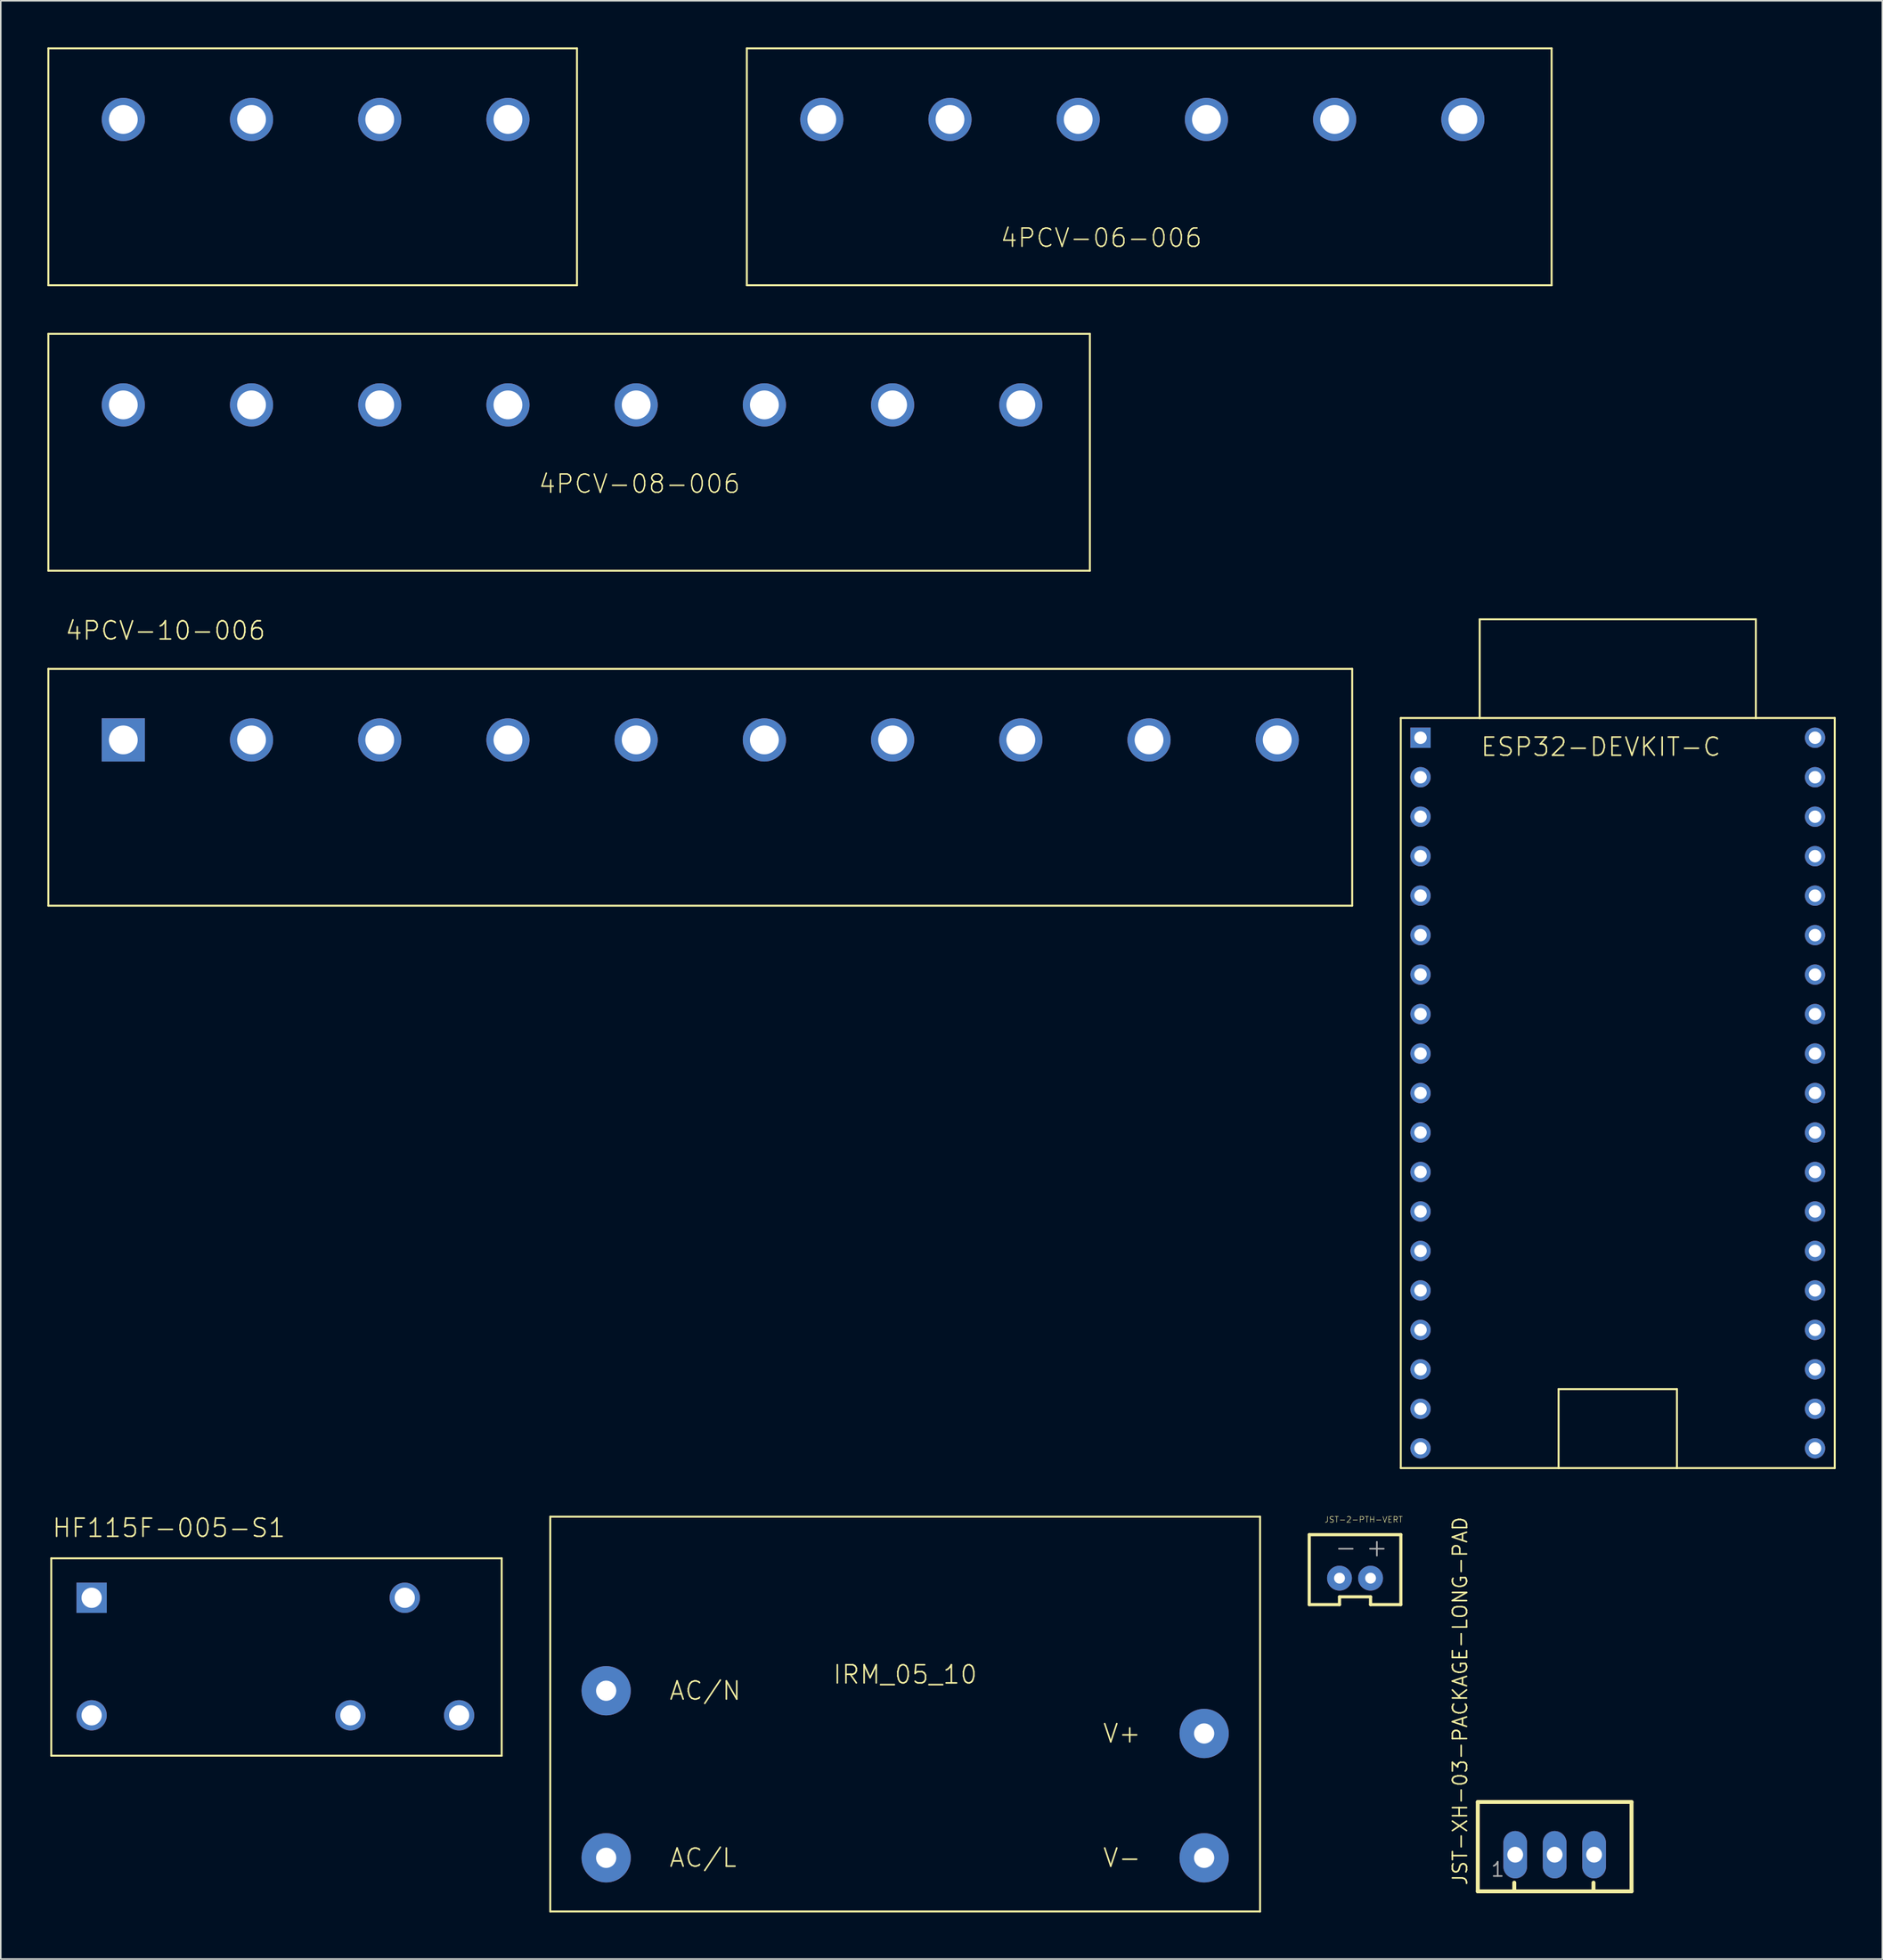
<source format=kicad_pcb>
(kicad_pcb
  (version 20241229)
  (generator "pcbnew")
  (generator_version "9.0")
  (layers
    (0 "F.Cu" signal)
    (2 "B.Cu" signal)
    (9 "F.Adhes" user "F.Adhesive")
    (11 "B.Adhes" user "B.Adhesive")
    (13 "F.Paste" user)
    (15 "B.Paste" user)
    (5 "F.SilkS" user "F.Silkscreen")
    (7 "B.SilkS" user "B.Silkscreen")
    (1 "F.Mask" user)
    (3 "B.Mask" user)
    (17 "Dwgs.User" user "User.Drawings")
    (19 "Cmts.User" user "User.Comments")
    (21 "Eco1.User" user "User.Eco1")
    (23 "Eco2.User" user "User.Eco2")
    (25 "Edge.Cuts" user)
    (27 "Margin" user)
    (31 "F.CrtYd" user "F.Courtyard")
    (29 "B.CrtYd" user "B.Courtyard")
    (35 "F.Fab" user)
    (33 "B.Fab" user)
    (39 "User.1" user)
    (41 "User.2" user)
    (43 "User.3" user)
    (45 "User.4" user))
  (footprint "4PCV-06-006"
    (layer "F.Cu")
    (at 86.689 9.716)
    (property "Reference" "4PCV-06-006" (at -25.4 2.54 0) (layer "F.SilkS") (effects (font (size 1.177 1.177) (thickness 0.093)) (justify left)))
    (fp_line (start -41.656 -9.652) (end -41.656 5.588) (stroke (width 0.127) (type solid)) (layer "F.SilkS"))
    (fp_line (start -41.656 -9.652) (end 10.16 -9.652) (stroke (width 0.127) (type solid)) (layer "F.SilkS"))
    (fp_line (start -41.656 5.588) (end 10.16 5.588) (stroke (width 0.127) (type solid)) (layer "F.SilkS"))
    (fp_line (start 10.16 -9.652) (end 10.16 5.588) (stroke (width 0.127) (type solid)) (layer "F.SilkS"))
    (pad "I1" thru_hole circle (at -36.83 -5.08) (size 2.781 2.781) (drill 1.854) (layers "*.Cu" "*.Mask"))
    (pad "I2" thru_hole circle (at -28.575 -5.08) (size 2.781 2.781) (drill 1.854) (layers "*.Cu" "*.Mask"))
    (pad "I3" thru_hole circle (at -20.32 -5.08) (size 2.781 2.781) (drill 1.854) (layers "*.Cu" "*.Mask"))
    (pad "I4" thru_hole circle (at -12.065 -5.08) (size 2.781 2.781) (drill 1.854) (layers "*.Cu" "*.Mask"))
    (pad "I5" thru_hole circle (at -3.81 -5.08) (size 2.781 2.781) (drill 1.854) (layers "*.Cu" "*.Mask"))
    (pad "I6" thru_hole circle (at 4.445 -5.08) (size 2.781 2.781) (drill 1.854) (layers "*.Cu" "*.Mask")))
  (footprint "4PCV-10-006"
    (layer "F.Cu")
    (at 41.719 49.637)
    (property "Reference" "4PCV-10-006" (at -40.64 -11.43 0) (layer "F.SilkS") (effects (font (size 1.168 1.168) (thickness 0.102)) (justify left bottom)))
    (fp_line (start -41.656 -9.652) (end -41.656 5.588) (stroke (width 0.127) (type solid)) (layer "F.SilkS"))
    (fp_line (start -41.656 -9.652) (end 42.291 -9.652) (stroke (width 0.127) (type solid)) (layer "F.SilkS"))
    (fp_line (start -41.656 5.588) (end 42.291 5.588) (stroke (width 0.127) (type solid)) (layer "F.SilkS"))
    (fp_line (start 42.291 -9.652) (end 42.291 5.588) (stroke (width 0.127) (type solid)) (layer "F.SilkS"))
    (pad "I1" thru_hole rect (at -36.83 -5.08) (size 2.781 2.781) (drill 1.854) (layers "*.Cu" "*.Mask"))
    (pad "I2" thru_hole circle (at -28.575 -5.08) (size 2.781 2.781) (drill 1.854) (layers "*.Cu" "*.Mask"))
    (pad "I3" thru_hole circle (at -20.32 -5.08) (size 2.781 2.781) (drill 1.854) (layers "*.Cu" "*.Mask"))
    (pad "I4" thru_hole circle (at -12.065 -5.08) (size 2.781 2.781) (drill 1.854) (layers "*.Cu" "*.Mask"))
    (pad "I5" thru_hole circle (at -3.81 -5.08) (size 2.781 2.781) (drill 1.854) (layers "*.Cu" "*.Mask"))
    (pad "I6" thru_hole circle (at 4.445 -5.08) (size 2.781 2.781) (drill 1.854) (layers "*.Cu" "*.Mask"))
    (pad "I7" thru_hole circle (at 12.7 -5.08) (size 2.781 2.781) (drill 1.854) (layers "*.Cu" "*.Mask"))
    (pad "I8" thru_hole circle (at 20.955 -5.08) (size 2.781 2.781) (drill 1.854) (layers "*.Cu" "*.Mask"))
    (pad "I9" thru_hole circle (at 29.21 -5.08) (size 2.781 2.781) (drill 1.854) (layers "*.Cu" "*.Mask"))
    (pad "I10" thru_hole circle (at 37.465 -5.08) (size 2.781 2.781) (drill 1.854) (layers "*.Cu" "*.Mask")))
  (footprint "IRM_05_10"
    (layer "F.Cu")
    (at 55.227 107.234)
    (property "Reference" "IRM_05_10" (at 0 -2.54 0) (layer "F.SilkS") (effects (font (size 1.168 1.168) (thickness 0.102))))
    (fp_line (start -22.85 -12.7) (end 22.85 -12.7) (stroke (width 0.127) (type solid)) (layer "F.SilkS"))
    (fp_line (start -22.85 12.7) (end -22.85 -12.7) (stroke (width 0.127) (type solid)) (layer "F.SilkS"))
    (fp_line (start 22.85 -12.7) (end 22.85 12.7) (stroke (width 0.127) (type solid)) (layer "F.SilkS"))
    (fp_line (start 22.85 12.7) (end -22.85 12.7) (stroke (width 0.127) (type solid)) (layer "F.SilkS"))
    (fp_text user "V+" (at 15.25 1.25 0) (layer "F.SilkS") (effects (font (size 1.168 1.168) (thickness 0.102)) (justify right)))
    (fp_text user "AC/L" (at -15.25 9.25 0) (layer "F.SilkS") (effects (font (size 1.168 1.168) (thickness 0.102)) (justify left)))
    (fp_text user "V-" (at 15.25 9.25 0) (layer "F.SilkS") (effects (font (size 1.168 1.168) (thickness 0.102)) (justify right)))
    (fp_text user "AC/N" (at -15.25 -1.5 0) (layer "F.SilkS") (effects (font (size 1.168 1.168) (thickness 0.102)) (justify left)))
    (pad "AC/L" thru_hole circle (at -19.25 9.25) (size 3.17 3.17) (drill 1.3) (layers "*.Cu" "*.Mask"))
    (pad "AC/N" thru_hole circle (at -19.25 -1.5) (size 3.17 3.17) (drill 1.3) (layers "*.Cu" "*.Mask"))
    (pad "V+" thru_hole circle (at 19.25 1.25) (size 3.17 3.17) (drill 1.3) (layers "*.Cu" "*.Mask"))
    (pad "V-" thru_hole circle (at 19.25 9.25) (size 3.17 3.17) (drill 1.3) (layers "*.Cu" "*.Mask")))
  (footprint "4PCV-08-006"
    (layer "F.Cu")
    (at 41.719 28.082)
    (property "Reference" "4PCV-08-006" (at -10.16 0 0) (layer "F.SilkS") (effects (font (size 1.177 1.177) (thickness 0.093)) (justify left)))
    (fp_line (start -41.656 -9.652) (end -41.656 5.588) (stroke (width 0.127) (type solid)) (layer "F.SilkS"))
    (fp_line (start -41.656 -9.652) (end 25.4 -9.652) (stroke (width 0.127) (type solid)) (layer "F.SilkS"))
    (fp_line (start -41.656 5.588) (end 25.4 5.588) (stroke (width 0.127) (type solid)) (layer "F.SilkS"))
    (fp_line (start 25.4 -9.652) (end 25.4 5.588) (stroke (width 0.127) (type solid)) (layer "F.SilkS"))
    (pad "I1" thru_hole circle (at -36.83 -5.08) (size 2.781 2.781) (drill 1.854) (layers "*.Cu" "*.Mask"))
    (pad "I2" thru_hole circle (at -28.575 -5.08) (size 2.781 2.781) (drill 1.854) (layers "*.Cu" "*.Mask"))
    (pad "I3" thru_hole circle (at -20.32 -5.08) (size 2.781 2.781) (drill 1.854) (layers "*.Cu" "*.Mask"))
    (pad "I4" thru_hole circle (at -12.065 -5.08) (size 2.781 2.781) (drill 1.854) (layers "*.Cu" "*.Mask"))
    (pad "I5" thru_hole circle (at -3.81 -5.08) (size 2.781 2.781) (drill 1.854) (layers "*.Cu" "*.Mask"))
    (pad "I6" thru_hole circle (at 4.445 -5.08) (size 2.781 2.781) (drill 1.854) (layers "*.Cu" "*.Mask"))
    (pad "I7" thru_hole circle (at 12.7 -5.08) (size 2.781 2.781) (drill 1.854) (layers "*.Cu" "*.Mask"))
    (pad "I8" thru_hole circle (at 20.955 -5.08) (size 2.781 2.781) (drill 1.854) (layers "*.Cu" "*.Mask")))
  (footprint "ESP32-DEVKIT-C"
    (layer "F.Cu")
    (at 101.108 64.737)
    (property "Reference" "ESP32-DEVKIT-C" (at -8.89 -19.05 0) (layer "F.SilkS") (effects (font (size 1.168 1.168) (thickness 0.102)) (justify left bottom)))
    (fp_line (start -13.97 -21.59) (end -8.89 -21.59) (stroke (width 0.127) (type solid)) (layer "F.SilkS"))
    (fp_line (start -13.97 26.67) (end -13.97 -21.59) (stroke (width 0.127) (type solid)) (layer "F.SilkS"))
    (fp_line (start -8.89 -27.94) (end 8.89 -27.94) (stroke (width 0.127) (type solid)) (layer "F.SilkS"))
    (fp_line (start -8.89 -21.59) (end -8.89 -27.94) (stroke (width 0.127) (type solid)) (layer "F.SilkS"))
    (fp_line (start -8.89 -21.59) (end 8.89 -21.59) (stroke (width 0.127) (type solid)) (layer "F.SilkS"))
    (fp_line (start -3.81 21.59) (end 3.81 21.59) (stroke (width 0.127) (type solid)) (layer "F.SilkS"))
    (fp_line (start -3.81 26.67) (end -13.97 26.67) (stroke (width 0.127) (type solid)) (layer "F.SilkS"))
    (fp_line (start -3.81 26.67) (end -3.81 21.59) (stroke (width 0.127) (type solid)) (layer "F.SilkS"))
    (fp_line (start 3.81 21.59) (end 3.81 26.67) (stroke (width 0.127) (type solid)) (layer "F.SilkS"))
    (fp_line (start 3.81 26.67) (end -3.81 26.67) (stroke (width 0.127) (type solid)) (layer "F.SilkS"))
    (fp_line (start 8.89 -27.94) (end 8.89 -21.59) (stroke (width 0.127) (type solid)) (layer "F.SilkS"))
    (fp_line (start 8.89 -21.59) (end 13.97 -21.59) (stroke (width 0.127) (type solid)) (layer "F.SilkS"))
    (fp_line (start 13.97 -21.59) (end 13.97 26.67) (stroke (width 0.127) (type solid)) (layer "F.SilkS"))
    (fp_line (start 13.97 26.67) (end 3.81 26.67) (stroke (width 0.127) (type solid)) (layer "F.SilkS"))
    (pad "3V3" thru_hole rect (at -12.7 -20.32) (size 1.308 1.308) (drill 0.8) (layers "*.Cu" "*.Mask"))
    (pad "5V" thru_hole circle (at -12.7 25.4) (size 1.308 1.308) (drill 0.8) (layers "*.Cu" "*.Mask"))
    (pad "CLK" thru_hole circle (at 12.7 25.4) (size 1.308 1.308) (drill 0.8) (layers "*.Cu" "*.Mask"))
    (pad "CMD" thru_hole circle (at -12.7 22.86) (size 1.308 1.308) (drill 0.8) (layers "*.Cu" "*.Mask"))
    (pad "EN" thru_hole circle (at -12.7 -17.78) (size 1.308 1.308) (drill 0.8) (layers "*.Cu" "*.Mask"))
    (pad "GND" thru_hole circle (at -12.7 12.7) (size 1.308 1.308) (drill 0.8) (layers "*.Cu" "*.Mask"))
    (pad "GND2" thru_hole circle (at 12.7 -20.32) (size 1.308 1.308) (drill 0.8) (layers "*.Cu" "*.Mask"))
    (pad "GND3" thru_hole circle (at 12.7 -5.08) (size 1.308 1.308) (drill 0.8) (layers "*.Cu" "*.Mask"))
    (pad "IO0" thru_hole circle (at 12.7 12.7) (size 1.308 1.308) (drill 0.8) (layers "*.Cu" "*.Mask"))
    (pad "IO2" thru_hole circle (at 12.7 15.24) (size 1.308 1.308) (drill 0.8) (layers "*.Cu" "*.Mask"))
    (pad "IO4" thru_hole circle (at 12.7 10.16) (size 1.308 1.308) (drill 0.8) (layers "*.Cu" "*.Mask"))
    (pad "IO5" thru_hole circle (at 12.7 2.54) (size 1.308 1.308) (drill 0.8) (layers "*.Cu" "*.Mask"))
    (pad "IO12" thru_hole circle (at -12.7 10.16) (size 1.308 1.308) (drill 0.8) (layers "*.Cu" "*.Mask"))
    (pad "IO13" thru_hole circle (at -12.7 15.24) (size 1.308 1.308) (drill 0.8) (layers "*.Cu" "*.Mask"))
    (pad "IO14" thru_hole circle (at -12.7 7.62) (size 1.308 1.308) (drill 0.8) (layers "*.Cu" "*.Mask"))
    (pad "IO15" thru_hole circle (at 12.7 17.78) (size 1.308 1.308) (drill 0.8) (layers "*.Cu" "*.Mask"))
    (pad "IO16" thru_hole circle (at 12.7 7.62) (size 1.308 1.308) (drill 0.8) (layers "*.Cu" "*.Mask"))
    (pad "IO17" thru_hole circle (at 12.7 5.08) (size 1.308 1.308) (drill 0.8) (layers "*.Cu" "*.Mask"))
    (pad "IO18" thru_hole circle (at 12.7 0) (size 1.308 1.308) (drill 0.8) (layers "*.Cu" "*.Mask"))
    (pad "IO19" thru_hole circle (at 12.7 -2.54) (size 1.308 1.308) (drill 0.8) (layers "*.Cu" "*.Mask"))
    (pad "IO21" thru_hole circle (at 12.7 -7.62) (size 1.308 1.308) (drill 0.8) (layers "*.Cu" "*.Mask"))
    (pad "IO22" thru_hole circle (at 12.7 -15.24) (size 1.308 1.308) (drill 0.8) (layers "*.Cu" "*.Mask"))
    (pad "IO23" thru_hole circle (at 12.7 -17.78) (size 1.308 1.308) (drill 0.8) (layers "*.Cu" "*.Mask"))
    (pad "IO25" thru_hole circle (at -12.7 0) (size 1.308 1.308) (drill 0.8) (layers "*.Cu" "*.Mask"))
    (pad "IO26" thru_hole circle (at -12.7 2.54) (size 1.308 1.308) (drill 0.8) (layers "*.Cu" "*.Mask"))
    (pad "IO27" thru_hole circle (at -12.7 5.08) (size 1.308 1.308) (drill 0.8) (layers "*.Cu" "*.Mask"))
    (pad "IO32" thru_hole circle (at -12.7 -5.08) (size 1.308 1.308) (drill 0.8) (layers "*.Cu" "*.Mask"))
    (pad "IO33" thru_hole circle (at -12.7 -2.54) (size 1.308 1.308) (drill 0.8) (layers "*.Cu" "*.Mask"))
    (pad "IO34" thru_hole circle (at -12.7 -10.16) (size 1.308 1.308) (drill 0.8) (layers "*.Cu" "*.Mask"))
    (pad "IO35" thru_hole circle (at -12.7 -7.62) (size 1.308 1.308) (drill 0.8) (layers "*.Cu" "*.Mask"))
    (pad "RXD0" thru_hole circle (at 12.7 -10.16) (size 1.308 1.308) (drill 0.8) (layers "*.Cu" "*.Mask"))
    (pad "SD0" thru_hole circle (at 12.7 22.86) (size 1.308 1.308) (drill 0.8) (layers "*.Cu" "*.Mask"))
    (pad "SD1" thru_hole circle (at 12.7 20.32) (size 1.308 1.308) (drill 0.8) (layers "*.Cu" "*.Mask"))
    (pad "SD2" thru_hole circle (at -12.7 17.78) (size 1.308 1.308) (drill 0.8) (layers "*.Cu" "*.Mask"))
    (pad "SD3" thru_hole circle (at -12.7 20.32) (size 1.308 1.308) (drill 0.8) (layers "*.Cu" "*.Mask"))
    (pad "SVN" thru_hole circle (at -12.7 -12.7) (size 1.308 1.308) (drill 0.8) (layers "*.Cu" "*.Mask"))
    (pad "SVP" thru_hole circle (at -12.7 -15.24) (size 1.308 1.308) (drill 0.8) (layers "*.Cu" "*.Mask"))
    (pad "TXD0" thru_hole circle (at 12.7 -12.7) (size 1.308 1.308) (drill 0.8) (layers "*.Cu" "*.Mask")))
  (footprint "4PCV-04-006"
    (layer "F.Cu")
    (at 41.719 9.716)
    (property "Reference" "4PCV-04-006" (at -38.1 0 0) (layer "F.Mask") (effects (font (size 1.177 1.177) (thickness 0.093)) (justify left)))
    (fp_line (start -41.656 -9.652) (end -41.656 5.588) (stroke (width 0.127) (type solid)) (layer "F.SilkS"))
    (fp_line (start -41.656 -9.652) (end -7.62 -9.652) (stroke (width 0.127) (type solid)) (layer "F.SilkS"))
    (fp_line (start -41.656 5.588) (end -7.62 5.588) (stroke (width 0.127) (type solid)) (layer "F.SilkS"))
    (fp_line (start -7.62 -9.652) (end -7.62 5.588) (stroke (width 0.127) (type solid)) (layer "F.SilkS"))
    (pad "I1" thru_hole circle (at -36.83 -5.08) (size 2.781 2.781) (drill 1.854) (layers "*.Cu" "*.Mask"))
    (pad "I2" thru_hole circle (at -28.575 -5.08) (size 2.781 2.781) (drill 1.854) (layers "*.Cu" "*.Mask"))
    (pad "I3" thru_hole circle (at -20.32 -5.08) (size 2.781 2.781) (drill 1.854) (layers "*.Cu" "*.Mask"))
    (pad "I4" thru_hole circle (at -12.065 -5.08) (size 2.781 2.781) (drill 1.854) (layers "*.Cu" "*.Mask")))
  (footprint "JST-XH-03-PACKAGE-LONG-PAD"
    (layer "F.Cu")
    (at 97.044 116.284)
    (property "Reference" "JST-XH-03-PACKAGE-LONG-PAD" (at -5.555 2.04 90) (layer "F.SilkS") (effects (font (size 0.914 0.914) (thickness 0.102)) (justify left bottom)))
    (fp_line (start -4.95 -3.393) (end -4.95 2.357) (stroke (width 0.254) (type solid)) (layer "F.SilkS"))
    (fp_line (start -4.95 2.357) (end 4.95 2.357) (stroke (width 0.254) (type solid)) (layer "F.SilkS"))
    (fp_line (start -2.6 2.3) (end -2.6 1.8) (stroke (width 0.254) (type solid)) (layer "F.SilkS"))
    (fp_line (start 2.5 2.3) (end 2.5 1.8) (stroke (width 0.254) (type solid)) (layer "F.SilkS"))
    (fp_line (start 4.95 -3.393) (end -4.95 -3.393) (stroke (width 0.254) (type solid)) (layer "F.SilkS"))
    (fp_line (start 4.95 2.357) (end 4.95 -3.393) (stroke (width 0.254) (type solid)) (layer "F.SilkS"))
    (fp_text user "1" (at -4.168 1.488 0) (layer "F.Fab") (effects (font (size 0.914 0.914) (thickness 0.102)) (justify left bottom)))
    (pad "1" thru_hole oval (at -2.54 0 90) (size 3.048 1.524) (drill 1.016) (layers "*.Cu" "*.Mask"))
    (pad "2" thru_hole oval (at 0 0 90) (size 3.048 1.524) (drill 1.016) (layers "*.Cu" "*.Mask"))
    (pad "3" thru_hole oval (at 2.54 0 90) (size 3.048 1.524) (drill 1.016) (layers "*.Cu" "*.Mask")))
  (footprint "JST-2-PTH-VERT"
    (layer "F.Cu")
    (at 84.192 97.942)
    (property "Reference" "JST-2-PTH-VERT" (at -1.984 -3 0) (layer "F.SilkS") (effects (font (size 0.374 0.374) (thickness 0.033)) (justify left bottom)))
    (fp_line (start -2.95 -2.25) (end 2.95 -2.25) (stroke (width 0.203) (type solid)) (layer "F.SilkS"))
    (fp_line (start -2.95 2.25) (end -2.95 -2.25) (stroke (width 0.203) (type solid)) (layer "F.SilkS"))
    (fp_line (start -1 1.75) (end -1 2.25) (stroke (width 0.203) (type solid)) (layer "F.SilkS"))
    (fp_line (start -1 1.75) (end 1 1.75) (stroke (width 0.203) (type solid)) (layer "F.SilkS"))
    (fp_line (start -1 2.25) (end -2.95 2.25) (stroke (width 0.203) (type solid)) (layer "F.SilkS"))
    (fp_line (start 1 1.75) (end 1 2.25) (stroke (width 0.203) (type solid)) (layer "F.SilkS"))
    (fp_line (start 2.95 -2.25) (end 2.95 2.25) (stroke (width 0.203) (type solid)) (layer "F.SilkS"))
    (fp_line (start 2.95 2.25) (end 1 2.25) (stroke (width 0.203) (type solid)) (layer "F.SilkS"))
    (fp_text user "+" (at 0.616 -0.75 0) (layer "F.Fab") (effects (font (size 1.168 1.168) (thickness 0.102)) (justify left bottom)))
    (fp_text user "-" (at -1.384 -0.75 0) (layer "F.Fab") (effects (font (size 1.168 1.168) (thickness 0.102)) (justify left bottom)))
    (pad "1" thru_hole circle (at -1 0.55) (size 1.6 1.6) (drill 0.7) (layers "*.Cu" "*.Mask"))
    (pad "2" thru_hole circle (at 1 0.55) (size 1.6 1.6) (drill 0.7) (layers "*.Cu" "*.Mask")))
  (footprint "HF115F-005-S1"
    (layer "F.Cu")
    (at 0.25 109.914)
    (property "Reference" "HF115F-005-S1" (at 0 -13.97 0) (layer "F.SilkS") (effects (font (size 1.168 1.168) (thickness 0.102)) (justify left bottom)))
    (fp_line (start 0 -12.7) (end 29 -12.7) (stroke (width 0.127) (type solid)) (layer "F.SilkS"))
    (fp_line (start 0 0) (end 0 -12.7) (stroke (width 0.127) (type solid)) (layer "F.SilkS"))
    (fp_line (start 0 0) (end 29 0) (stroke (width 0.127) (type solid)) (layer "F.SilkS"))
    (fp_line (start 29 -12.7) (end 29 0) (stroke (width 0.127) (type solid)) (layer "F.SilkS"))
    (pad "B1" thru_hole rect (at 2.6 -10.16) (size 1.95 1.95) (drill 1.3) (layers "*.Cu" "*.Mask"))
    (pad "B2" thru_hole circle (at 2.6 -2.6) (size 1.95 1.95) (drill 1.3) (layers "*.Cu" "*.Mask"))
    (pad "C1" thru_hole circle (at 26.26 -2.6) (size 1.95 1.95) (drill 1.3) (layers "*.Cu" "*.Mask"))
    (pad "C2" thru_hole circle (at 22.76 -10.16) (size 1.95 1.95) (drill 1.3) (layers "*.Cu" "*.Mask"))
    (pad "C3" thru_hole circle (at 19.26 -2.6) (size 1.95 1.95) (drill 1.3) (layers "*.Cu" "*.Mask")))
  (gr_rect
    (start -3 -3)
    (end 118.141 122.998)
    (stroke (width 0.1) (type default))
    (fill no)
    (layer "Edge.Cuts")))
</source>
